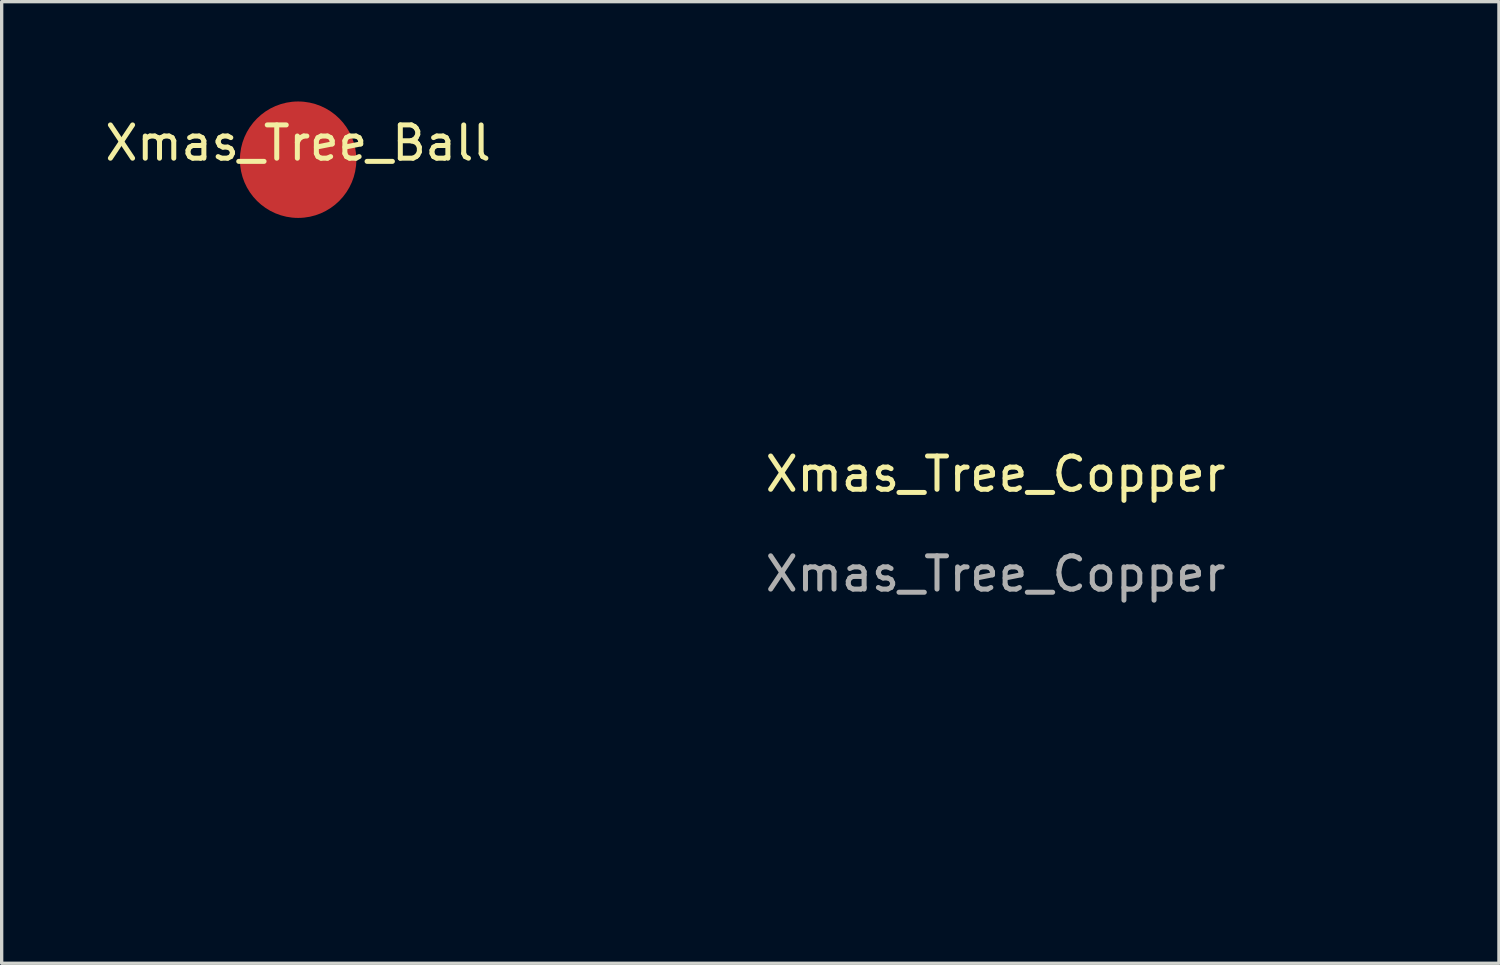
<source format=kicad_pcb>
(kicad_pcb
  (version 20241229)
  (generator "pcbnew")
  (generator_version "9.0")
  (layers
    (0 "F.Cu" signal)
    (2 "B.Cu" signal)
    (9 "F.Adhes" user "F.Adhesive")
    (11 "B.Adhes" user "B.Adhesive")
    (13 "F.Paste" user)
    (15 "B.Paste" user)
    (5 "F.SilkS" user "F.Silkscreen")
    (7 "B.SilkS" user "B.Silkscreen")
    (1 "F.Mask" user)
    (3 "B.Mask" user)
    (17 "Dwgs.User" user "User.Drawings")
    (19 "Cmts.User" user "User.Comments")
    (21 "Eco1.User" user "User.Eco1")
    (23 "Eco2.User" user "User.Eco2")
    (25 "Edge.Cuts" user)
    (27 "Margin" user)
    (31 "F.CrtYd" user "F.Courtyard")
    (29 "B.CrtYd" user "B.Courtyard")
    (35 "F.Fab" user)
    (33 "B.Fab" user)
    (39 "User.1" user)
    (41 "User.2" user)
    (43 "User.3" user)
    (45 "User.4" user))
  (footprint "Xmas_Tree_Ball"
    (layer "F.Cu")
    (at 5.911 1.75)
    (property "Reference" "Xmas_Tree_Ball" (at 0 -0.5 0) (unlocked yes) (layer "F.SilkS") (effects (font (size 1 1) (thickness 0.15))))
    (attr board_only exclude_from_pos_files exclude_from_bom allow_missing_courtyard)
    (pad "1" smd circle (at 0 0) (size 3.5 3.5) (layers "F.Cu" "F.Mask")))
  (footprint "Xmas_Tree_Copper"
    (layer "F.Cu")
    (at 26.875 11.701)
    (property "Reference" "Xmas_Tree_Copper" (at 0 -0.5 0) (unlocked yes) (layer "F.SilkS") (effects (font (size 1 1) (thickness 0.15))))
    (attr board_only exclude_from_pos_files exclude_from_bom allow_missing_courtyard)
    (fp_poly (pts (xy 0.974 -11.642) (xy 1.225 -11.568) (xy 1.449 -11.425) (xy 1.652 -11.206) (xy 1.841 -10.906) (xy 1.96 -10.666) (xy 2.124 -10.279) (xy 2.296 -9.817) (xy 2.473 -9.296) (xy 2.65 -8.729) (xy 2.821 -8.131) (xy 2.863 -7.976) (xy 2.983 -7.535) (xy 3.085 -7.168) (xy 3.174 -6.863) (xy 3.255 -6.605) (xy 3.332 -6.383) (xy 3.408 -6.184) (xy 3.488 -5.993) (xy 3.577 -5.799) (xy 3.579 -5.796) (xy 3.812 -5.349) (xy 4.058 -4.967) (xy 4.312 -4.654) (xy 4.569 -4.419) (xy 4.792 -4.281) (xy 4.929 -4.221) (xy 5.084 -4.167) (xy 5.263 -4.116) (xy 5.476 -4.068) (xy 5.73 -4.02) (xy 6.034 -3.971) (xy 6.397 -3.921) (xy 6.827 -3.866) (xy 7.332 -3.806) (xy 7.724 -3.762) (xy 8.396 -3.683) (xy 8.986 -3.605) (xy 9.501 -3.527) (xy 9.948 -3.448) (xy 10.334 -3.365) (xy 10.666 -3.276) (xy 10.951 -3.181) (xy 11.197 -3.077) (xy 11.411 -2.964) (xy 11.55 -2.874) (xy 11.794 -2.673) (xy 11.957 -2.463) (xy 12.048 -2.228) (xy 12.076 -2.038) (xy 12.078 -1.859) (xy 12.055 -1.697) (xy 12.001 -1.538) (xy 11.909 -1.371) (xy 11.771 -1.184) (xy 11.581 -0.965) (xy 11.331 -0.702) (xy 11.266 -0.635) (xy 11.051 -0.418) (xy 10.858 -0.23) (xy 10.673 -0.061) (xy 10.484 0.101) (xy 10.279 0.263) (xy 10.045 0.437) (xy 9.771 0.632) (xy 9.443 0.858) (xy 9.145 1.06) (xy 8.719 1.351) (xy 8.359 1.6) (xy 8.058 1.817) (xy 7.805 2.007) (xy 7.592 2.178) (xy 7.409 2.336) (xy 7.247 2.488) (xy 7.165 2.572) (xy 6.926 2.844) (xy 6.739 3.116) (xy 6.6 3.406) (xy 6.502 3.729) (xy 6.439 4.103) (xy 6.404 4.545) (xy 6.4 4.629) (xy 6.394 4.947) (xy 6.4 5.278) (xy 6.42 5.634) (xy 6.455 6.027) (xy 6.506 6.47) (xy 6.573 6.974) (xy 6.659 7.552) (xy 6.676 7.658) (xy 6.75 8.143) (xy 6.811 8.55) (xy 6.86 8.889) (xy 6.898 9.172) (xy 6.927 9.409) (xy 6.947 9.611) (xy 6.959 9.788) (xy 6.966 9.951) (xy 6.968 10.11) (xy 6.968 10.122) (xy 6.954 10.467) (xy 6.909 10.733) (xy 6.831 10.925) (xy 6.719 11.048) (xy 6.57 11.109) (xy 6.256 11.152) (xy 5.999 11.15) (xy 5.901 11.135) (xy 5.711 11.081) (xy 5.521 10.993) (xy 5.32 10.861) (xy 5.094 10.679) (xy 4.831 10.437) (xy 4.699 10.307) (xy 4.521 10.125) (xy 4.3 9.89) (xy 4.049 9.618) (xy 3.784 9.324) (xy 3.518 9.025) (xy 3.286 8.759) (xy 2.843 8.251) (xy 2.448 7.81) (xy 2.096 7.429) (xy 1.781 7.105) (xy 1.497 6.83) (xy 1.24 6.602) (xy 1.004 6.413) (xy 0.783 6.258) (xy 0.571 6.133) (xy 0.518 6.105) (xy 0.275 6.001) (xy 0.045 5.949) (xy -0.187 5.951) (xy -0.436 6.01) (xy -0.717 6.128) (xy -1.043 6.306) (xy -1.1 6.34) (xy -1.261 6.438) (xy -1.42 6.538) (xy -1.582 6.645) (xy -1.754 6.762) (xy -1.941 6.895) (xy -2.15 7.048) (xy -2.388 7.225) (xy -2.66 7.432) (xy -2.972 7.673) (xy -3.332 7.953) (xy -3.744 8.275) (xy -4.215 8.646) (xy -4.632 8.975) (xy -4.902 9.185) (xy -5.183 9.402) (xy -5.456 9.609) (xy -5.702 9.792) (xy -5.902 9.937) (xy -5.933 9.959) (xy -6.425 10.306) (xy -6.808 10.306) (xy -7.131 10.292) (xy -7.387 10.246) (xy -7.595 10.162) (xy -7.776 10.034) (xy -7.841 9.972) (xy -8.053 9.72) (xy -8.19 9.458) (xy -8.264 9.16) (xy -8.282 8.952) (xy -8.285 8.768) (xy -8.275 8.583) (xy -8.248 8.388) (xy -8.204 8.172) (xy -8.138 7.927) (xy -8.048 7.641) (xy -7.931 7.306) (xy -7.785 6.913) (xy -7.607 6.45) (xy -7.527 6.245) (xy -7.341 5.759) (xy -7.191 5.341) (xy -7.076 4.977) (xy -6.992 4.653) (xy -6.937 4.357) (xy -6.908 4.075) (xy -6.903 3.793) (xy -6.919 3.499) (xy -6.94 3.282) (xy -6.994 2.888) (xy -7.061 2.563) (xy -7.144 2.288) (xy -7.25 2.042) (xy -7.256 2.03) (xy -7.468 1.674) (xy -7.76 1.289) (xy -8.128 0.876) (xy -8.568 0.441) (xy -9.077 -0.012) (xy -9.232 -0.143) (xy -9.471 -0.341) (xy -9.719 -0.547) (xy -9.953 -0.741) (xy -10.154 -0.908) (xy -10.264 -1) (xy -10.567 -1.26) (xy -10.866 -1.534) (xy -11.148 -1.806) (xy -11.4 -2.066) (xy -11.608 -2.298) (xy -11.76 -2.491) (xy -11.775 -2.512) (xy -11.89 -2.693) (xy -11.959 -2.836) (xy -11.994 -2.973) (xy -12.004 -3.055) (xy -11.985 -3.361) (xy -11.883 -3.652) (xy -11.704 -3.922) (xy -11.454 -4.164) (xy -11.138 -4.372) (xy -10.763 -4.54) (xy -10.503 -4.621) (xy -10.246 -4.672) (xy -9.913 -4.709) (xy -9.518 -4.733) (xy -9.073 -4.743) (xy -8.592 -4.738) (xy -8.088 -4.72) (xy -7.584 -4.687) (xy -7.048 -4.648) (xy -6.588 -4.624) (xy -6.192 -4.616) (xy -5.848 -4.623) (xy -5.543 -4.647) (xy -5.266 -4.688) (xy -5.003 -4.746) (xy -4.743 -4.823) (xy -4.731 -4.827) (xy -4.357 -4.983) (xy -4 -5.2) (xy -3.651 -5.486) (xy -3.302 -5.846) (xy -2.945 -6.288) (xy -2.942 -6.293) (xy -2.805 -6.485) (xy -2.673 -6.692) (xy -2.54 -6.925) (xy -2.4 -7.195) (xy -2.249 -7.513) (xy -2.079 -7.891) (xy -1.886 -8.338) (xy -1.829 -8.472) (xy -1.578 -9.052) (xy -1.348 -9.554) (xy -1.135 -9.983) (xy -0.934 -10.347) (xy -0.743 -10.652) (xy -0.558 -10.905) (xy -0.373 -11.114) (xy -0.281 -11.202) (xy -0.017 -11.414) (xy 0.241 -11.553) (xy 0.517 -11.63) (xy 0.689 -11.651)) (stroke (width 0.1) (type solid)) (fill yes) (layer "F.Mask"))
    (fp_text user "${REFERENCE}" (at 0 2.5 0) (unlocked yes) (layer "F.Fab") (effects (font (size 1 1) (thickness 0.15)))))
  (gr_rect
    (start -3 -3)
    (end 42.003 25.903)
    (stroke (width 0.1) (type default))
    (fill no)
    (layer "Edge.Cuts")))
</source>
